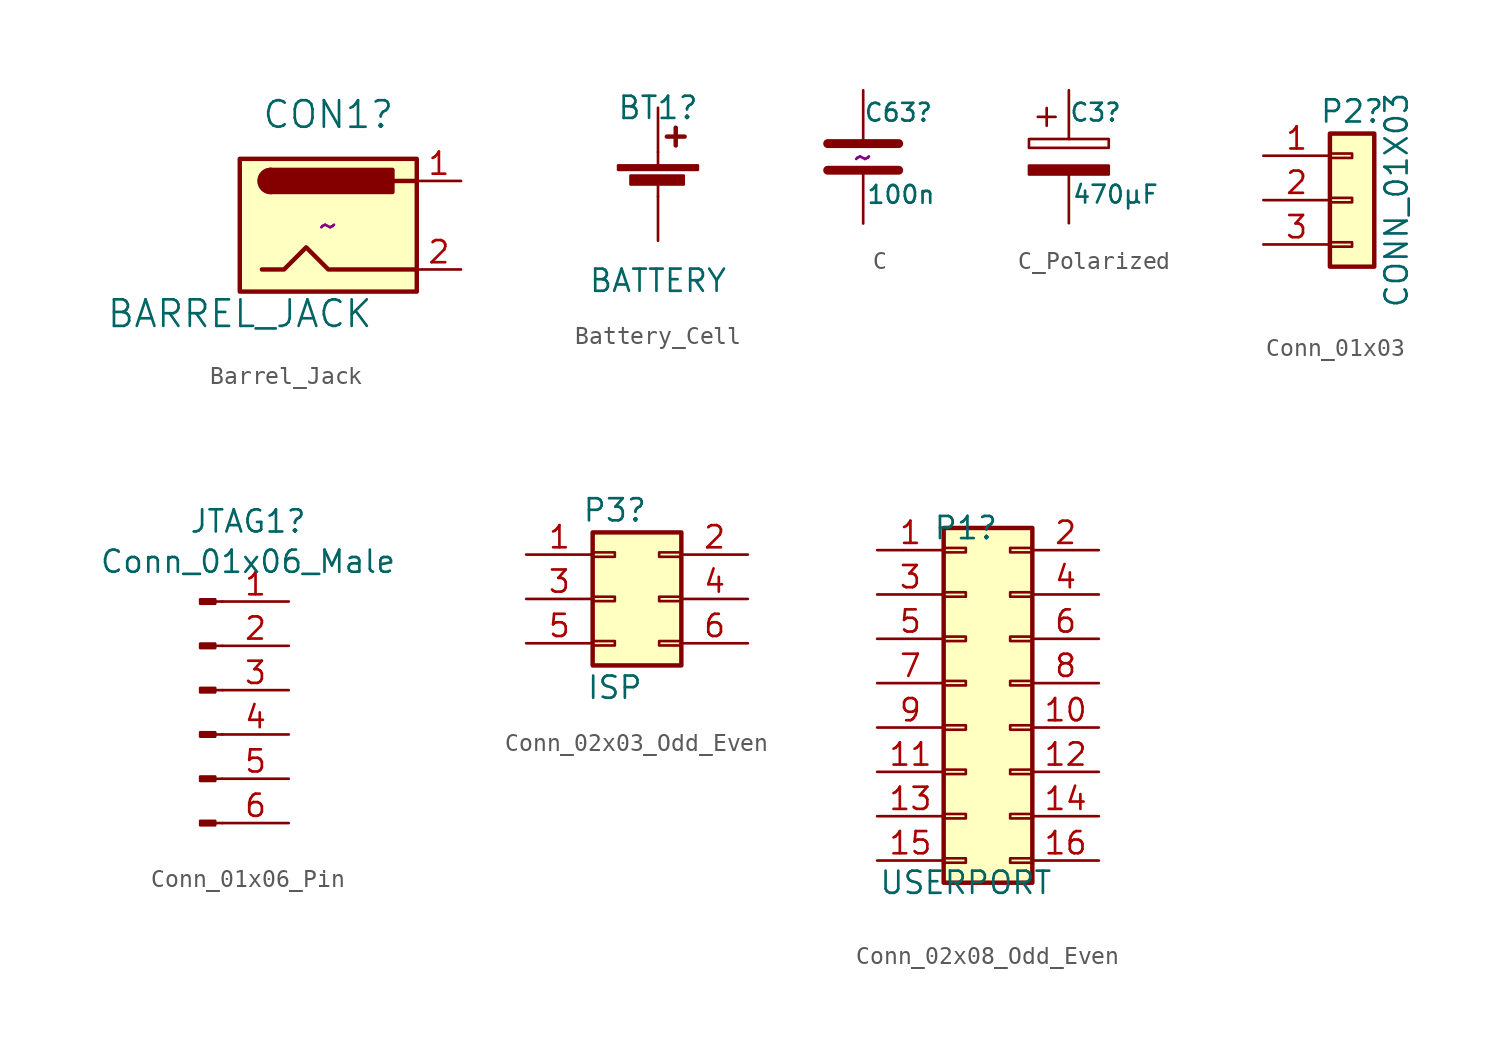
<source format=kicad_sym>
(kicad_symbol_lib
  (version 20220914)
  (generator kicad_symbol_editor)
  (symbol "Barrel_Jack"
    (pin_names
      (offset 1.016))
    (property "Reference" "CON1"
      (at 0 6.35 0)
      (effects (font (size 1.524 1.524))))
    (property "Value" "BARREL_JACK"
      (at -5.08 -5.08 0)
      (effects (font (size 1.524 1.524))))
    (property "Datasheet" "~"
      (at 0 0 0)
      (effects (font (size 1.524 1.524))))
    (symbol "Barrel_Jack_0_1"
      (rectangle (start -5.08 3.81) (end 5.08 -3.81) (stroke (width 0.254) (type default)) (fill (type background)))
      (arc (start -3.302 3.175) (mid -3.9343 2.54) (end -3.302 1.905) (stroke (width 0.254) (type default)) (fill (type none)))
      (arc (start -3.302 3.175) (mid -3.9343 2.54) (end -3.302 1.905) (stroke (width 0.254) (type default)) (fill (type outline)))
      (polyline (pts (xy 5.08 2.54) (xy 3.81 2.54)) (stroke (width 0.254) (type default)) (fill (type none)))
      (polyline (pts (xy -3.81 -2.54) (xy -2.54 -2.54) (xy -1.27 -1.27) (xy 0 -2.54) (xy 2.54 -2.54) (xy 5.08 -2.54)) (stroke (width 0.254) (type default)) (fill (type none)))
      (rectangle (start 3.683 3.175) (end -3.302 1.905) (stroke (width 0.254) (type default)) (fill (type outline))))
    (symbol "Barrel_Jack_1_1"
      (pin passive line (at 7.62 2.54 180) (length 2.54) (name "~" (effects (font (size 1.27 1.27)))) (number "1" (effects (font (size 1.27 1.27)))))
      (pin passive line (at 7.62 -2.54 180) (length 2.54) (name "~" (effects (font (size 1.27 1.27)))) (number "2" (effects (font (size 1.27 1.27)))))))
  (symbol "Battery_Cell"
    (pin_numbers hide)
    (pin_names
      (offset 0) hide)
    (property "Reference" "BT1"
      (at 0 5.08 0)
      (effects (font (size 1.27 1.27))))
    (property "Value" "BATTERY"
      (at 0 -4.826 0)
      (effects (font (size 1.27 1.27))))
    (symbol "Battery_Cell_0_1"
      (rectangle (start -2.286 1.778) (end 2.286 1.524) (stroke (width 0) (type default)) (fill (type outline)))
      (rectangle (start -1.575 1.194) (end 1.473 0.686) (stroke (width 0) (type default)) (fill (type outline)))
      (polyline (pts (xy 0 0.762) (xy 0 0)) (stroke (width 0) (type default)) (fill (type none)))
      (polyline (pts (xy 0 1.778) (xy 0 2.54)) (stroke (width 0) (type default)) (fill (type none)))
      (polyline (pts (xy 0.508 3.429) (xy 1.524 3.429)) (stroke (width 0.254) (type default)) (fill (type none)))
      (polyline (pts (xy 1.016 3.937) (xy 1.016 2.921)) (stroke (width 0.254) (type default)) (fill (type none))))
    (symbol "Battery_Cell_1_1"
      (pin passive line (at 0 5.08 270) (length 2.54) (name "+" (effects (font (size 1.27 1.27)))) (number "1" (effects (font (size 1.27 1.27)))))
      (pin passive line (at 0 -2.54 90) (length 2.54) (name "-" (effects (font (size 1.27 1.27)))) (number "2" (effects (font (size 1.27 1.27)))))))
  (symbol "C"
    (pin_numbers hide)
    (pin_names
      (offset 0.254))
    (property "Reference" "C63"
      (at 0 2.54 0)
      (effects (font (size 1.016 1.016)) (justify left)))
    (property "Value" "100n"
      (at 0.152 -2.159 0)
      (effects (font (size 1.016 1.016)) (justify left)))
    (property "Datasheet" "~"
      (at 0 0 0)
      (effects (font (size 1.524 1.524))))
    (symbol "C_0_1"
      (polyline (pts (xy -2.032 -0.762) (xy 2.032 -0.762)) (stroke (width 0.508) (type default)) (fill (type none)))
      (polyline (pts (xy -2.032 0.762) (xy 2.032 0.762)) (stroke (width 0.508) (type default)) (fill (type none))))
    (symbol "C_1_1"
      (pin passive line (at 0 3.81 270) (length 2.794) (name "~" (effects (font (size 1.27 1.27)))) (number "1" (effects (font (size 1.27 1.27)))))
      (pin passive line (at 0 -3.81 90) (length 2.794) (name "~" (effects (font (size 1.27 1.27)))) (number "2" (effects (font (size 1.27 1.27)))))))
  (symbol "C_Polarized"
    (pin_numbers hide)
    (pin_names
      (offset 0.254))
    (property "Reference" "C3"
      (at 0 2.54 0)
      (effects (font (size 1.016 1.016)) (justify left)))
    (property "Value" "470µF"
      (at 0.152 -2.159 0)
      (effects (font (size 1.016 1.016)) (justify left)))
    (symbol "C_Polarized_0_1"
      (rectangle (start -2.286 0.508) (end 2.286 1.016) (stroke (width 0) (type default)) (fill (type none)))
      (polyline (pts (xy -1.778 2.286) (xy -0.762 2.286)) (stroke (width 0) (type default)) (fill (type none)))
      (polyline (pts (xy -1.27 2.794) (xy -1.27 1.778)) (stroke (width 0) (type default)) (fill (type none)))
      (rectangle (start 2.286 -0.508) (end -2.286 -1.016) (stroke (width 0) (type default)) (fill (type outline))))
    (symbol "C_Polarized_1_1"
      (pin passive line (at 0 3.81 270) (length 2.794) (name "~" (effects (font (size 1.27 1.27)))) (number "1" (effects (font (size 1.27 1.27)))))
      (pin passive line (at 0 -3.81 90) (length 2.794) (name "~" (effects (font (size 1.27 1.27)))) (number "2" (effects (font (size 1.27 1.27)))))))
  (symbol "Conn_01x03"
    (pin_names
      (offset 1.016) hide)
    (property "Reference" "P2"
      (at 0 5.08 0)
      (effects (font (size 1.27 1.27))))
    (property "Value" "CONN_01X03"
      (at 2.54 0 90)
      (effects (font (size 1.27 1.27))))
    (symbol "Conn_01x03_1_1"
      (rectangle (start -1.27 -2.413) (end 0 -2.667) (stroke (width 0.152) (type default)) (fill (type none)))
      (rectangle (start -1.27 0.127) (end 0 -0.127) (stroke (width 0.152) (type default)) (fill (type none)))
      (rectangle (start -1.27 2.667) (end 0 2.413) (stroke (width 0.152) (type default)) (fill (type none)))
      (rectangle (start -1.27 3.81) (end 1.27 -3.81) (stroke (width 0.254) (type default)) (fill (type background)))
      (pin passive line (at -5.08 2.54 0) (length 3.81) (name "Pin_1" (effects (font (size 1.27 1.27)))) (number "1" (effects (font (size 1.27 1.27)))))
      (pin passive line (at -5.08 0 0) (length 3.81) (name "Pin_2" (effects (font (size 1.27 1.27)))) (number "2" (effects (font (size 1.27 1.27)))))
      (pin passive line (at -5.08 -2.54 0) (length 3.81) (name "Pin_3" (effects (font (size 1.27 1.27)))) (number "3" (effects (font (size 1.27 1.27)))))))
  (symbol "Conn_01x06_Pin"
    (pin_names
      (offset 1.016) hide)
    (property "Reference" "JTAG1"
      (at 2.743 9.677 0)
      (effects (font (size 1.27 1.27))))
    (property "Value" "Conn_01x06_Male"
      (at 2.743 7.366 0)
      (effects (font (size 1.27 1.27))))
    (property "ki_locked" ""
      (at 0 0 0)
      (effects (font (size 1.27 1.27))))
    (symbol "Conn_01x06_Pin_1_1"
      (polyline (pts (xy 1.27 -7.62) (xy 0.864 -7.62)) (stroke (width 0.152) (type default)) (fill (type none)))
      (polyline (pts (xy 1.27 -5.08) (xy 0.864 -5.08)) (stroke (width 0.152) (type default)) (fill (type none)))
      (polyline (pts (xy 1.27 -2.54) (xy 0.864 -2.54)) (stroke (width 0.152) (type default)) (fill (type none)))
      (polyline (pts (xy 1.27 0) (xy 0.864 0)) (stroke (width 0.152) (type default)) (fill (type none)))
      (polyline (pts (xy 1.27 2.54) (xy 0.864 2.54)) (stroke (width 0.152) (type default)) (fill (type none)))
      (polyline (pts (xy 1.27 5.08) (xy 0.864 5.08)) (stroke (width 0.152) (type default)) (fill (type none)))
      (rectangle (start 0.864 -7.493) (end 0 -7.747) (stroke (width 0.152) (type default)) (fill (type outline)))
      (rectangle (start 0.864 -4.953) (end 0 -5.207) (stroke (width 0.152) (type default)) (fill (type outline)))
      (rectangle (start 0.864 -2.413) (end 0 -2.667) (stroke (width 0.152) (type default)) (fill (type outline)))
      (rectangle (start 0.864 0.127) (end 0 -0.127) (stroke (width 0.152) (type default)) (fill (type outline)))
      (rectangle (start 0.864 2.667) (end 0 2.413) (stroke (width 0.152) (type default)) (fill (type outline)))
      (rectangle (start 0.864 5.207) (end 0 4.953) (stroke (width 0.152) (type default)) (fill (type outline)))
      (pin passive line (at 5.08 5.08 180) (length 3.81) (name "Pin_1" (effects (font (size 1.27 1.27)))) (number "1" (effects (font (size 1.27 1.27)))))
      (pin passive line (at 5.08 2.54 180) (length 3.81) (name "Pin_2" (effects (font (size 1.27 1.27)))) (number "2" (effects (font (size 1.27 1.27)))))
      (pin passive line (at 5.08 0 180) (length 3.81) (name "Pin_3" (effects (font (size 1.27 1.27)))) (number "3" (effects (font (size 1.27 1.27)))))
      (pin passive line (at 5.08 -2.54 180) (length 3.81) (name "Pin_4" (effects (font (size 1.27 1.27)))) (number "4" (effects (font (size 1.27 1.27)))))
      (pin passive line (at 5.08 -5.08 180) (length 3.81) (name "Pin_5" (effects (font (size 1.27 1.27)))) (number "5" (effects (font (size 1.27 1.27)))))
      (pin passive line (at 5.08 -7.62 180) (length 3.81) (name "Pin_6" (effects (font (size 1.27 1.27)))) (number "6" (effects (font (size 1.27 1.27)))))))
  (symbol "Conn_02x03_Odd_Even"
    (pin_names
      (offset 1.016) hide)
    (property "Reference" "P3"
      (at 0 5.08 0)
      (effects (font (size 1.27 1.27))))
    (property "Value" "ISP"
      (at 0 -5.08 0)
      (effects (font (size 1.27 1.27))))
    (symbol "Conn_02x03_Odd_Even_1_1"
      (rectangle (start -1.27 -2.413) (end 0 -2.667) (stroke (width 0.152) (type default)) (fill (type none)))
      (rectangle (start -1.27 0.127) (end 0 -0.127) (stroke (width 0.152) (type default)) (fill (type none)))
      (rectangle (start -1.27 2.667) (end 0 2.413) (stroke (width 0.152) (type default)) (fill (type none)))
      (rectangle (start -1.27 3.81) (end 3.81 -3.81) (stroke (width 0.254) (type default)) (fill (type background)))
      (rectangle (start 3.81 -2.413) (end 2.54 -2.667) (stroke (width 0.152) (type default)) (fill (type none)))
      (rectangle (start 3.81 0.127) (end 2.54 -0.127) (stroke (width 0.152) (type default)) (fill (type none)))
      (rectangle (start 3.81 2.667) (end 2.54 2.413) (stroke (width 0.152) (type default)) (fill (type none)))
      (pin passive line (at -5.08 2.54 0) (length 3.81) (name "Pin_1" (effects (font (size 1.27 1.27)))) (number "1" (effects (font (size 1.27 1.27)))))
      (pin passive line (at 7.62 2.54 180) (length 3.81) (name "Pin_2" (effects (font (size 1.27 1.27)))) (number "2" (effects (font (size 1.27 1.27)))))
      (pin passive line (at -5.08 0 0) (length 3.81) (name "Pin_3" (effects (font (size 1.27 1.27)))) (number "3" (effects (font (size 1.27 1.27)))))
      (pin passive line (at 7.62 0 180) (length 3.81) (name "Pin_4" (effects (font (size 1.27 1.27)))) (number "4" (effects (font (size 1.27 1.27)))))
      (pin passive line (at -5.08 -2.54 0) (length 3.81) (name "Pin_5" (effects (font (size 1.27 1.27)))) (number "5" (effects (font (size 1.27 1.27)))))
      (pin passive line (at 7.62 -2.54 180) (length 3.81) (name "Pin_6" (effects (font (size 1.27 1.27)))) (number "6" (effects (font (size 1.27 1.27)))))))
  (symbol "Conn_02x08_Odd_Even"
    (pin_names
      (offset 1.016) hide)
    (property "Reference" "P1"
      (at 0 8.89 0)
      (effects (font (size 1.27 1.27))))
    (property "Value" "USERPORT"
      (at 0 -11.43 0)
      (effects (font (size 1.27 1.27))))
    (symbol "Conn_02x08_Odd_Even_1_1"
      (rectangle (start -1.27 -10.033) (end 0 -10.287) (stroke (width 0.152) (type default)) (fill (type none)))
      (rectangle (start -1.27 -7.493) (end 0 -7.747) (stroke (width 0.152) (type default)) (fill (type none)))
      (rectangle (start -1.27 -4.953) (end 0 -5.207) (stroke (width 0.152) (type default)) (fill (type none)))
      (rectangle (start -1.27 -2.413) (end 0 -2.667) (stroke (width 0.152) (type default)) (fill (type none)))
      (rectangle (start -1.27 0.127) (end 0 -0.127) (stroke (width 0.152) (type default)) (fill (type none)))
      (rectangle (start -1.27 2.667) (end 0 2.413) (stroke (width 0.152) (type default)) (fill (type none)))
      (rectangle (start -1.27 5.207) (end 0 4.953) (stroke (width 0.152) (type default)) (fill (type none)))
      (rectangle (start -1.27 7.747) (end 0 7.493) (stroke (width 0.152) (type default)) (fill (type none)))
      (rectangle (start -1.27 8.89) (end 3.81 -11.43) (stroke (width 0.254) (type default)) (fill (type background)))
      (rectangle (start 3.81 -10.033) (end 2.54 -10.287) (stroke (width 0.152) (type default)) (fill (type none)))
      (rectangle (start 3.81 -7.493) (end 2.54 -7.747) (stroke (width 0.152) (type default)) (fill (type none)))
      (rectangle (start 3.81 -4.953) (end 2.54 -5.207) (stroke (width 0.152) (type default)) (fill (type none)))
      (rectangle (start 3.81 -2.413) (end 2.54 -2.667) (stroke (width 0.152) (type default)) (fill (type none)))
      (rectangle (start 3.81 0.127) (end 2.54 -0.127) (stroke (width 0.152) (type default)) (fill (type none)))
      (rectangle (start 3.81 2.667) (end 2.54 2.413) (stroke (width 0.152) (type default)) (fill (type none)))
      (rectangle (start 3.81 5.207) (end 2.54 4.953) (stroke (width 0.152) (type default)) (fill (type none)))
      (rectangle (start 3.81 7.747) (end 2.54 7.493) (stroke (width 0.152) (type default)) (fill (type none)))
      (pin passive line (at -5.08 7.62 0) (length 3.81) (name "Pin_1" (effects (font (size 1.27 1.27)))) (number "1" (effects (font (size 1.27 1.27)))))
      (pin passive line (at 7.62 -2.54 180) (length 3.81) (name "Pin_10" (effects (font (size 1.27 1.27)))) (number "10" (effects (font (size 1.27 1.27)))))
      (pin passive line (at -5.08 -5.08 0) (length 3.81) (name "Pin_11" (effects (font (size 1.27 1.27)))) (number "11" (effects (font (size 1.27 1.27)))))
      (pin passive line (at 7.62 -5.08 180) (length 3.81) (name "Pin_12" (effects (font (size 1.27 1.27)))) (number "12" (effects (font (size 1.27 1.27)))))
      (pin passive line (at -5.08 -7.62 0) (length 3.81) (name "Pin_13" (effects (font (size 1.27 1.27)))) (number "13" (effects (font (size 1.27 1.27)))))
      (pin passive line (at 7.62 -7.62 180) (length 3.81) (name "Pin_14" (effects (font (size 1.27 1.27)))) (number "14" (effects (font (size 1.27 1.27)))))
      (pin passive line (at -5.08 -10.16 0) (length 3.81) (name "Pin_15" (effects (font (size 1.27 1.27)))) (number "15" (effects (font (size 1.27 1.27)))))
      (pin passive line (at 7.62 -10.16 180) (length 3.81) (name "Pin_16" (effects (font (size 1.27 1.27)))) (number "16" (effects (font (size 1.27 1.27)))))
      (pin passive line (at 7.62 7.62 180) (length 3.81) (name "Pin_2" (effects (font (size 1.27 1.27)))) (number "2" (effects (font (size 1.27 1.27)))))
      (pin passive line (at -5.08 5.08 0) (length 3.81) (name "Pin_3" (effects (font (size 1.27 1.27)))) (number "3" (effects (font (size 1.27 1.27)))))
      (pin passive line (at 7.62 5.08 180) (length 3.81) (name "Pin_4" (effects (font (size 1.27 1.27)))) (number "4" (effects (font (size 1.27 1.27)))))
      (pin passive line (at -5.08 2.54 0) (length 3.81) (name "Pin_5" (effects (font (size 1.27 1.27)))) (number "5" (effects (font (size 1.27 1.27)))))
      (pin passive line (at 7.62 2.54 180) (length 3.81) (name "Pin_6" (effects (font (size 1.27 1.27)))) (number "6" (effects (font (size 1.27 1.27)))))
      (pin passive line (at -5.08 0 0) (length 3.81) (name "Pin_7" (effects (font (size 1.27 1.27)))) (number "7" (effects (font (size 1.27 1.27)))))
      (pin passive line (at 7.62 0 180) (length 3.81) (name "Pin_8" (effects (font (size 1.27 1.27)))) (number "8" (effects (font (size 1.27 1.27)))))
      (pin passive line (at -5.08 -2.54 0) (length 3.81) (name "Pin_9" (effects (font (size 1.27 1.27)))) (number "9" (effects (font (size 1.27 1.27))))))))
</source>
